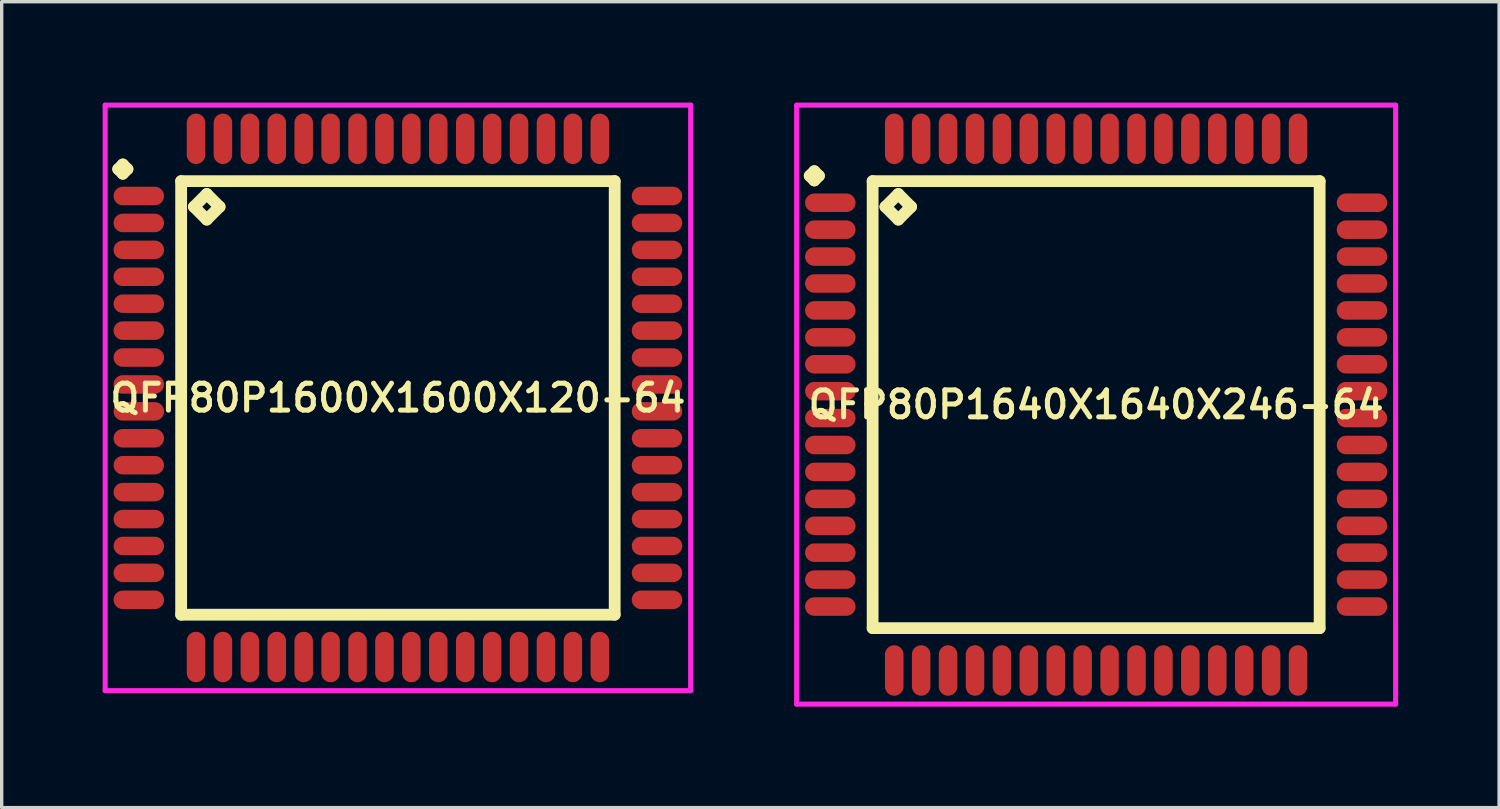
<source format=kicad_pcb>
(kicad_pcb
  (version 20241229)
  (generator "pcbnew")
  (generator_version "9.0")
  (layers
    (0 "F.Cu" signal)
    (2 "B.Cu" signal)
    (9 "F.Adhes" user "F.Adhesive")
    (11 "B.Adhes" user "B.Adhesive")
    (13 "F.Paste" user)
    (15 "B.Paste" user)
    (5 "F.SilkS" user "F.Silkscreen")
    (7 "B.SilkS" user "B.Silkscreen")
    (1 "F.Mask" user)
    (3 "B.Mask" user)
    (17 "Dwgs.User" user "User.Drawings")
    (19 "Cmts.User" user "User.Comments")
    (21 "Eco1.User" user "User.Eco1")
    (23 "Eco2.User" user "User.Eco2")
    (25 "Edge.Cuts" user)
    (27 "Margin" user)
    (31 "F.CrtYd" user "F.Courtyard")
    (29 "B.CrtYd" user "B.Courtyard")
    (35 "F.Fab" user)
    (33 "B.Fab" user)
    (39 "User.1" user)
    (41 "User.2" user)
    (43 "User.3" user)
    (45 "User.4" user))
  (footprint "QFP80P1640X1640X246-64"
    (layer "F.Cu")
    (at 29.525 8.975)
    (property "Reference" "QFP80P1640X1640X246-64" (at 0 0 0) (layer "F.SilkS") (effects (font (size 0.8 0.8) (thickness 0.15))))
    (attr smd)
    (fp_line (start -8.512 -6.8) (end -8.375 -6.938) (stroke (width 0.35) (type solid)) (layer "F.SilkS"))
    (fp_line (start -8.375 -6.938) (end -8.238 -6.8) (stroke (width 0.35) (type solid)) (layer "F.SilkS"))
    (fp_line (start -8.375 -6.662) (end -8.512 -6.8) (stroke (width 0.35) (type solid)) (layer "F.SilkS"))
    (fp_line (start -8.238 -6.8) (end -8.375 -6.662) (stroke (width 0.35) (type solid)) (layer "F.SilkS"))
    (fp_line (start -6.642 -6.642) (end -6.642 6.642) (stroke (width 0.35) (type solid)) (layer "F.SilkS"))
    (fp_line (start -6.642 6.642) (end 6.642 6.642) (stroke (width 0.35) (type solid)) (layer "F.SilkS"))
    (fp_line (start -6.261 -5.88) (end -5.88 -6.261) (stroke (width 0.35) (type solid)) (layer "F.SilkS"))
    (fp_line (start -5.88 -6.261) (end -5.499 -5.88) (stroke (width 0.35) (type solid)) (layer "F.SilkS"))
    (fp_line (start -5.88 -5.499) (end -6.261 -5.88) (stroke (width 0.35) (type solid)) (layer "F.SilkS"))
    (fp_line (start -5.499 -5.88) (end -5.88 -5.499) (stroke (width 0.35) (type solid)) (layer "F.SilkS"))
    (fp_line (start 6.642 -6.642) (end -6.642 -6.642) (stroke (width 0.35) (type solid)) (layer "F.SilkS"))
    (fp_line (start 6.642 6.642) (end 6.642 -6.642) (stroke (width 0.35) (type solid)) (layer "F.SilkS"))
    (fp_line (start -8.9 -8.9) (end 8.9 -8.9) (stroke (width 0.15) (type solid)) (layer "F.CrtYd"))
    (fp_line (start -8.9 8.9) (end -8.9 -8.9) (stroke (width 0.15) (type solid)) (layer "F.CrtYd"))
    (fp_line (start 8.9 -8.9) (end 8.9 8.9) (stroke (width 0.15) (type solid)) (layer "F.CrtYd"))
    (fp_line (start 8.9 8.9) (end -8.9 8.9) (stroke (width 0.15) (type solid)) (layer "F.CrtYd"))
    (pad "1" smd oval (at -7.9 -6) (size 1.5 0.55) (layers "F.Cu" "F.Mask" "F.Paste"))
    (pad "2" smd oval (at -7.9 -5.2) (size 1.5 0.55) (layers "F.Cu" "F.Mask" "F.Paste"))
    (pad "3" smd oval (at -7.9 -4.4) (size 1.5 0.55) (layers "F.Cu" "F.Mask" "F.Paste"))
    (pad "4" smd oval (at -7.9 -3.6) (size 1.5 0.55) (layers "F.Cu" "F.Mask" "F.Paste"))
    (pad "5" smd oval (at -7.9 -2.8) (size 1.5 0.55) (layers "F.Cu" "F.Mask" "F.Paste"))
    (pad "6" smd oval (at -7.9 -2) (size 1.5 0.55) (layers "F.Cu" "F.Mask" "F.Paste"))
    (pad "7" smd oval (at -7.9 -1.2) (size 1.5 0.55) (layers "F.Cu" "F.Mask" "F.Paste"))
    (pad "8" smd oval (at -7.9 -0.4) (size 1.5 0.55) (layers "F.Cu" "F.Mask" "F.Paste"))
    (pad "9" smd oval (at -7.9 0.4) (size 1.5 0.55) (layers "F.Cu" "F.Mask" "F.Paste"))
    (pad "10" smd oval (at -7.9 1.2) (size 1.5 0.55) (layers "F.Cu" "F.Mask" "F.Paste"))
    (pad "11" smd oval (at -7.9 2) (size 1.5 0.55) (layers "F.Cu" "F.Mask" "F.Paste"))
    (pad "12" smd oval (at -7.9 2.8) (size 1.5 0.55) (layers "F.Cu" "F.Mask" "F.Paste"))
    (pad "13" smd oval (at -7.9 3.6) (size 1.5 0.55) (layers "F.Cu" "F.Mask" "F.Paste"))
    (pad "14" smd oval (at -7.9 4.4) (size 1.5 0.55) (layers "F.Cu" "F.Mask" "F.Paste"))
    (pad "15" smd oval (at -7.9 5.2) (size 1.5 0.55) (layers "F.Cu" "F.Mask" "F.Paste"))
    (pad "16" smd oval (at -7.9 6) (size 1.5 0.55) (layers "F.Cu" "F.Mask" "F.Paste"))
    (pad "17" smd oval (at -6 7.9) (size 0.55 1.5) (layers "F.Cu" "F.Mask" "F.Paste"))
    (pad "18" smd oval (at -5.2 7.9) (size 0.55 1.5) (layers "F.Cu" "F.Mask" "F.Paste"))
    (pad "19" smd oval (at -4.4 7.9) (size 0.55 1.5) (layers "F.Cu" "F.Mask" "F.Paste"))
    (pad "20" smd oval (at -3.6 7.9) (size 0.55 1.5) (layers "F.Cu" "F.Mask" "F.Paste"))
    (pad "21" smd oval (at -2.8 7.9) (size 0.55 1.5) (layers "F.Cu" "F.Mask" "F.Paste"))
    (pad "22" smd oval (at -2 7.9) (size 0.55 1.5) (layers "F.Cu" "F.Mask" "F.Paste"))
    (pad "23" smd oval (at -1.2 7.9) (size 0.55 1.5) (layers "F.Cu" "F.Mask" "F.Paste"))
    (pad "24" smd oval (at -0.4 7.9) (size 0.55 1.5) (layers "F.Cu" "F.Mask" "F.Paste"))
    (pad "25" smd oval (at 0.4 7.9) (size 0.55 1.5) (layers "F.Cu" "F.Mask" "F.Paste"))
    (pad "26" smd oval (at 1.2 7.9) (size 0.55 1.5) (layers "F.Cu" "F.Mask" "F.Paste"))
    (pad "27" smd oval (at 2 7.9) (size 0.55 1.5) (layers "F.Cu" "F.Mask" "F.Paste"))
    (pad "28" smd oval (at 2.8 7.9) (size 0.55 1.5) (layers "F.Cu" "F.Mask" "F.Paste"))
    (pad "29" smd oval (at 3.6 7.9) (size 0.55 1.5) (layers "F.Cu" "F.Mask" "F.Paste"))
    (pad "30" smd oval (at 4.4 7.9) (size 0.55 1.5) (layers "F.Cu" "F.Mask" "F.Paste"))
    (pad "31" smd oval (at 5.2 7.9) (size 0.55 1.5) (layers "F.Cu" "F.Mask" "F.Paste"))
    (pad "32" smd oval (at 6 7.9) (size 0.55 1.5) (layers "F.Cu" "F.Mask" "F.Paste"))
    (pad "33" smd oval (at 7.9 6) (size 1.5 0.55) (layers "F.Cu" "F.Mask" "F.Paste"))
    (pad "34" smd oval (at 7.9 5.2) (size 1.5 0.55) (layers "F.Cu" "F.Mask" "F.Paste"))
    (pad "35" smd oval (at 7.9 4.4) (size 1.5 0.55) (layers "F.Cu" "F.Mask" "F.Paste"))
    (pad "36" smd oval (at 7.9 3.6) (size 1.5 0.55) (layers "F.Cu" "F.Mask" "F.Paste"))
    (pad "37" smd oval (at 7.9 2.8) (size 1.5 0.55) (layers "F.Cu" "F.Mask" "F.Paste"))
    (pad "38" smd oval (at 7.9 2) (size 1.5 0.55) (layers "F.Cu" "F.Mask" "F.Paste"))
    (pad "39" smd oval (at 7.9 1.2) (size 1.5 0.55) (layers "F.Cu" "F.Mask" "F.Paste"))
    (pad "40" smd oval (at 7.9 0.4) (size 1.5 0.55) (layers "F.Cu" "F.Mask" "F.Paste"))
    (pad "41" smd oval (at 7.9 -0.4) (size 1.5 0.55) (layers "F.Cu" "F.Mask" "F.Paste"))
    (pad "42" smd oval (at 7.9 -1.2) (size 1.5 0.55) (layers "F.Cu" "F.Mask" "F.Paste"))
    (pad "43" smd oval (at 7.9 -2) (size 1.5 0.55) (layers "F.Cu" "F.Mask" "F.Paste"))
    (pad "44" smd oval (at 7.9 -2.8) (size 1.5 0.55) (layers "F.Cu" "F.Mask" "F.Paste"))
    (pad "45" smd oval (at 7.9 -3.6) (size 1.5 0.55) (layers "F.Cu" "F.Mask" "F.Paste"))
    (pad "46" smd oval (at 7.9 -4.4) (size 1.5 0.55) (layers "F.Cu" "F.Mask" "F.Paste"))
    (pad "47" smd oval (at 7.9 -5.2) (size 1.5 0.55) (layers "F.Cu" "F.Mask" "F.Paste"))
    (pad "48" smd oval (at 7.9 -6) (size 1.5 0.55) (layers "F.Cu" "F.Mask" "F.Paste"))
    (pad "49" smd oval (at 6 -7.9) (size 0.55 1.5) (layers "F.Cu" "F.Mask" "F.Paste"))
    (pad "50" smd oval (at 5.2 -7.9) (size 0.55 1.5) (layers "F.Cu" "F.Mask" "F.Paste"))
    (pad "51" smd oval (at 4.4 -7.9) (size 0.55 1.5) (layers "F.Cu" "F.Mask" "F.Paste"))
    (pad "52" smd oval (at 3.6 -7.9) (size 0.55 1.5) (layers "F.Cu" "F.Mask" "F.Paste"))
    (pad "53" smd oval (at 2.8 -7.9) (size 0.55 1.5) (layers "F.Cu" "F.Mask" "F.Paste"))
    (pad "54" smd oval (at 2 -7.9) (size 0.55 1.5) (layers "F.Cu" "F.Mask" "F.Paste"))
    (pad "55" smd oval (at 1.2 -7.9) (size 0.55 1.5) (layers "F.Cu" "F.Mask" "F.Paste"))
    (pad "56" smd oval (at 0.4 -7.9) (size 0.55 1.5) (layers "F.Cu" "F.Mask" "F.Paste"))
    (pad "57" smd oval (at -0.4 -7.9) (size 0.55 1.5) (layers "F.Cu" "F.Mask" "F.Paste"))
    (pad "58" smd oval (at -1.2 -7.9) (size 0.55 1.5) (layers "F.Cu" "F.Mask" "F.Paste"))
    (pad "59" smd oval (at -2 -7.9) (size 0.55 1.5) (layers "F.Cu" "F.Mask" "F.Paste"))
    (pad "60" smd oval (at -2.8 -7.9) (size 0.55 1.5) (layers "F.Cu" "F.Mask" "F.Paste"))
    (pad "61" smd oval (at -3.6 -7.9) (size 0.55 1.5) (layers "F.Cu" "F.Mask" "F.Paste"))
    (pad "62" smd oval (at -4.4 -7.9) (size 0.55 1.5) (layers "F.Cu" "F.Mask" "F.Paste"))
    (pad "63" smd oval (at -5.2 -7.9) (size 0.55 1.5) (layers "F.Cu" "F.Mask" "F.Paste"))
    (pad "64" smd oval (at -6 -7.9) (size 0.55 1.5) (layers "F.Cu" "F.Mask" "F.Paste")))
  (footprint "QFP80P1600X1600X120-64"
    (layer "F.Cu")
    (at 8.775 8.775)
    (property "Reference" "QFP80P1600X1600X120-64" (at 0 0 0) (layer "F.SilkS") (effects (font (size 0.8 0.8) (thickness 0.15))))
    (attr through_hole)
    (fp_line (start -8.312 -6.8) (end -8.175 -6.938) (stroke (width 0.35) (type solid)) (layer "F.SilkS"))
    (fp_line (start -8.175 -6.938) (end -8.037 -6.8) (stroke (width 0.35) (type solid)) (layer "F.SilkS"))
    (fp_line (start -8.175 -6.662) (end -8.312 -6.8) (stroke (width 0.35) (type solid)) (layer "F.SilkS"))
    (fp_line (start -8.037 -6.8) (end -8.175 -6.662) (stroke (width 0.35) (type solid)) (layer "F.SilkS"))
    (fp_line (start -6.442 -6.442) (end -6.442 6.442) (stroke (width 0.35) (type solid)) (layer "F.SilkS"))
    (fp_line (start -6.442 6.442) (end 6.442 6.442) (stroke (width 0.35) (type solid)) (layer "F.SilkS"))
    (fp_line (start -6.061 -5.68) (end -5.68 -6.061) (stroke (width 0.35) (type solid)) (layer "F.SilkS"))
    (fp_line (start -5.68 -6.061) (end -5.299 -5.68) (stroke (width 0.35) (type solid)) (layer "F.SilkS"))
    (fp_line (start -5.68 -5.299) (end -6.061 -5.68) (stroke (width 0.35) (type solid)) (layer "F.SilkS"))
    (fp_line (start -5.299 -5.68) (end -5.68 -5.299) (stroke (width 0.35) (type solid)) (layer "F.SilkS"))
    (fp_line (start 6.442 -6.442) (end -6.442 -6.442) (stroke (width 0.35) (type solid)) (layer "F.SilkS"))
    (fp_line (start 6.442 6.442) (end 6.442 -6.442) (stroke (width 0.35) (type solid)) (layer "F.SilkS"))
    (fp_line (start -8.7 -8.7) (end 8.7 -8.7) (stroke (width 0.15) (type solid)) (layer "F.CrtYd"))
    (fp_line (start -8.7 8.7) (end -8.7 -8.7) (stroke (width 0.15) (type solid)) (layer "F.CrtYd"))
    (fp_line (start 8.7 -8.7) (end 8.7 8.7) (stroke (width 0.15) (type solid)) (layer "F.CrtYd"))
    (fp_line (start 8.7 8.7) (end -8.7 8.7) (stroke (width 0.15) (type solid)) (layer "F.CrtYd"))
    (pad "1" smd oval (at -7.7 -6) (size 1.5 0.55) (layers "F.Cu" "F.Mask" "F.Paste"))
    (pad "2" smd oval (at -7.7 -5.2) (size 1.5 0.55) (layers "F.Cu" "F.Mask" "F.Paste"))
    (pad "3" smd oval (at -7.7 -4.4) (size 1.5 0.55) (layers "F.Cu" "F.Mask" "F.Paste"))
    (pad "4" smd oval (at -7.7 -3.6) (size 1.5 0.55) (layers "F.Cu" "F.Mask" "F.Paste"))
    (pad "5" smd oval (at -7.7 -2.8) (size 1.5 0.55) (layers "F.Cu" "F.Mask" "F.Paste"))
    (pad "6" smd oval (at -7.7 -2) (size 1.5 0.55) (layers "F.Cu" "F.Mask" "F.Paste"))
    (pad "7" smd oval (at -7.7 -1.2) (size 1.5 0.55) (layers "F.Cu" "F.Mask" "F.Paste"))
    (pad "8" smd oval (at -7.7 -0.4) (size 1.5 0.55) (layers "F.Cu" "F.Mask" "F.Paste"))
    (pad "9" smd oval (at -7.7 0.4) (size 1.5 0.55) (layers "F.Cu" "F.Mask" "F.Paste"))
    (pad "10" smd oval (at -7.7 1.2) (size 1.5 0.55) (layers "F.Cu" "F.Mask" "F.Paste"))
    (pad "11" smd oval (at -7.7 2) (size 1.5 0.55) (layers "F.Cu" "F.Mask" "F.Paste"))
    (pad "12" smd oval (at -7.7 2.8) (size 1.5 0.55) (layers "F.Cu" "F.Mask" "F.Paste"))
    (pad "13" smd oval (at -7.7 3.6) (size 1.5 0.55) (layers "F.Cu" "F.Mask" "F.Paste"))
    (pad "14" smd oval (at -7.7 4.4) (size 1.5 0.55) (layers "F.Cu" "F.Mask" "F.Paste"))
    (pad "15" smd oval (at -7.7 5.2) (size 1.5 0.55) (layers "F.Cu" "F.Mask" "F.Paste"))
    (pad "16" smd oval (at -7.7 6) (size 1.5 0.55) (layers "F.Cu" "F.Mask" "F.Paste"))
    (pad "17" smd oval (at -6 7.7) (size 0.55 1.5) (layers "F.Cu" "F.Mask" "F.Paste"))
    (pad "18" smd oval (at -5.2 7.7) (size 0.55 1.5) (layers "F.Cu" "F.Mask" "F.Paste"))
    (pad "19" smd oval (at -4.4 7.7) (size 0.55 1.5) (layers "F.Cu" "F.Mask" "F.Paste"))
    (pad "20" smd oval (at -3.6 7.7) (size 0.55 1.5) (layers "F.Cu" "F.Mask" "F.Paste"))
    (pad "21" smd oval (at -2.8 7.7) (size 0.55 1.5) (layers "F.Cu" "F.Mask" "F.Paste"))
    (pad "22" smd oval (at -2 7.7) (size 0.55 1.5) (layers "F.Cu" "F.Mask" "F.Paste"))
    (pad "23" smd oval (at -1.2 7.7) (size 0.55 1.5) (layers "F.Cu" "F.Mask" "F.Paste"))
    (pad "24" smd oval (at -0.4 7.7) (size 0.55 1.5) (layers "F.Cu" "F.Mask" "F.Paste"))
    (pad "25" smd oval (at 0.4 7.7) (size 0.55 1.5) (layers "F.Cu" "F.Mask" "F.Paste"))
    (pad "26" smd oval (at 1.2 7.7) (size 0.55 1.5) (layers "F.Cu" "F.Mask" "F.Paste"))
    (pad "27" smd oval (at 2 7.7) (size 0.55 1.5) (layers "F.Cu" "F.Mask" "F.Paste"))
    (pad "28" smd oval (at 2.8 7.7) (size 0.55 1.5) (layers "F.Cu" "F.Mask" "F.Paste"))
    (pad "29" smd oval (at 3.6 7.7) (size 0.55 1.5) (layers "F.Cu" "F.Mask" "F.Paste"))
    (pad "30" smd oval (at 4.4 7.7) (size 0.55 1.5) (layers "F.Cu" "F.Mask" "F.Paste"))
    (pad "31" smd oval (at 5.2 7.7) (size 0.55 1.5) (layers "F.Cu" "F.Mask" "F.Paste"))
    (pad "32" smd oval (at 6 7.7) (size 0.55 1.5) (layers "F.Cu" "F.Mask" "F.Paste"))
    (pad "33" smd oval (at 7.7 6) (size 1.5 0.55) (layers "F.Cu" "F.Mask" "F.Paste"))
    (pad "34" smd oval (at 7.7 5.2) (size 1.5 0.55) (layers "F.Cu" "F.Mask" "F.Paste"))
    (pad "35" smd oval (at 7.7 4.4) (size 1.5 0.55) (layers "F.Cu" "F.Mask" "F.Paste"))
    (pad "36" smd oval (at 7.7 3.6) (size 1.5 0.55) (layers "F.Cu" "F.Mask" "F.Paste"))
    (pad "37" smd oval (at 7.7 2.8) (size 1.5 0.55) (layers "F.Cu" "F.Mask" "F.Paste"))
    (pad "38" smd oval (at 7.7 2) (size 1.5 0.55) (layers "F.Cu" "F.Mask" "F.Paste"))
    (pad "39" smd oval (at 7.7 1.2) (size 1.5 0.55) (layers "F.Cu" "F.Mask" "F.Paste"))
    (pad "40" smd oval (at 7.7 0.4) (size 1.5 0.55) (layers "F.Cu" "F.Mask" "F.Paste"))
    (pad "41" smd oval (at 7.7 -0.4) (size 1.5 0.55) (layers "F.Cu" "F.Mask" "F.Paste"))
    (pad "42" smd oval (at 7.7 -1.2) (size 1.5 0.55) (layers "F.Cu" "F.Mask" "F.Paste"))
    (pad "43" smd oval (at 7.7 -2) (size 1.5 0.55) (layers "F.Cu" "F.Mask" "F.Paste"))
    (pad "44" smd oval (at 7.7 -2.8) (size 1.5 0.55) (layers "F.Cu" "F.Mask" "F.Paste"))
    (pad "45" smd oval (at 7.7 -3.6) (size 1.5 0.55) (layers "F.Cu" "F.Mask" "F.Paste"))
    (pad "46" smd oval (at 7.7 -4.4) (size 1.5 0.55) (layers "F.Cu" "F.Mask" "F.Paste"))
    (pad "47" smd oval (at 7.7 -5.2) (size 1.5 0.55) (layers "F.Cu" "F.Mask" "F.Paste"))
    (pad "48" smd oval (at 7.7 -6) (size 1.5 0.55) (layers "F.Cu" "F.Mask" "F.Paste"))
    (pad "49" smd oval (at 6 -7.7) (size 0.55 1.5) (layers "F.Cu" "F.Mask" "F.Paste"))
    (pad "50" smd oval (at 5.2 -7.7) (size 0.55 1.5) (layers "F.Cu" "F.Mask" "F.Paste"))
    (pad "51" smd oval (at 4.4 -7.7) (size 0.55 1.5) (layers "F.Cu" "F.Mask" "F.Paste"))
    (pad "52" smd oval (at 3.6 -7.7) (size 0.55 1.5) (layers "F.Cu" "F.Mask" "F.Paste"))
    (pad "53" smd oval (at 2.8 -7.7) (size 0.55 1.5) (layers "F.Cu" "F.Mask" "F.Paste"))
    (pad "54" smd oval (at 2 -7.7) (size 0.55 1.5) (layers "F.Cu" "F.Mask" "F.Paste"))
    (pad "55" smd oval (at 1.2 -7.7) (size 0.55 1.5) (layers "F.Cu" "F.Mask" "F.Paste"))
    (pad "56" smd oval (at 0.4 -7.7) (size 0.55 1.5) (layers "F.Cu" "F.Mask" "F.Paste"))
    (pad "57" smd oval (at -0.4 -7.7) (size 0.55 1.5) (layers "F.Cu" "F.Mask" "F.Paste"))
    (pad "58" smd oval (at -1.2 -7.7) (size 0.55 1.5) (layers "F.Cu" "F.Mask" "F.Paste"))
    (pad "59" smd oval (at -2 -7.7) (size 0.55 1.5) (layers "F.Cu" "F.Mask" "F.Paste"))
    (pad "60" smd oval (at -2.8 -7.7) (size 0.55 1.5) (layers "F.Cu" "F.Mask" "F.Paste"))
    (pad "61" smd oval (at -3.6 -7.7) (size 0.55 1.5) (layers "F.Cu" "F.Mask" "F.Paste"))
    (pad "62" smd oval (at -4.4 -7.7) (size 0.55 1.5) (layers "F.Cu" "F.Mask" "F.Paste"))
    (pad "63" smd oval (at -5.2 -7.7) (size 0.55 1.5) (layers "F.Cu" "F.Mask" "F.Paste"))
    (pad "64" smd oval (at -6 -7.7) (size 0.55 1.5) (layers "F.Cu" "F.Mask" "F.Paste")))
  (gr_rect
    (start -3 -3)
    (end 41.5 20.95)
    (stroke (width 0.1) (type default))
    (fill no)
    (layer "Edge.Cuts")))
</source>
